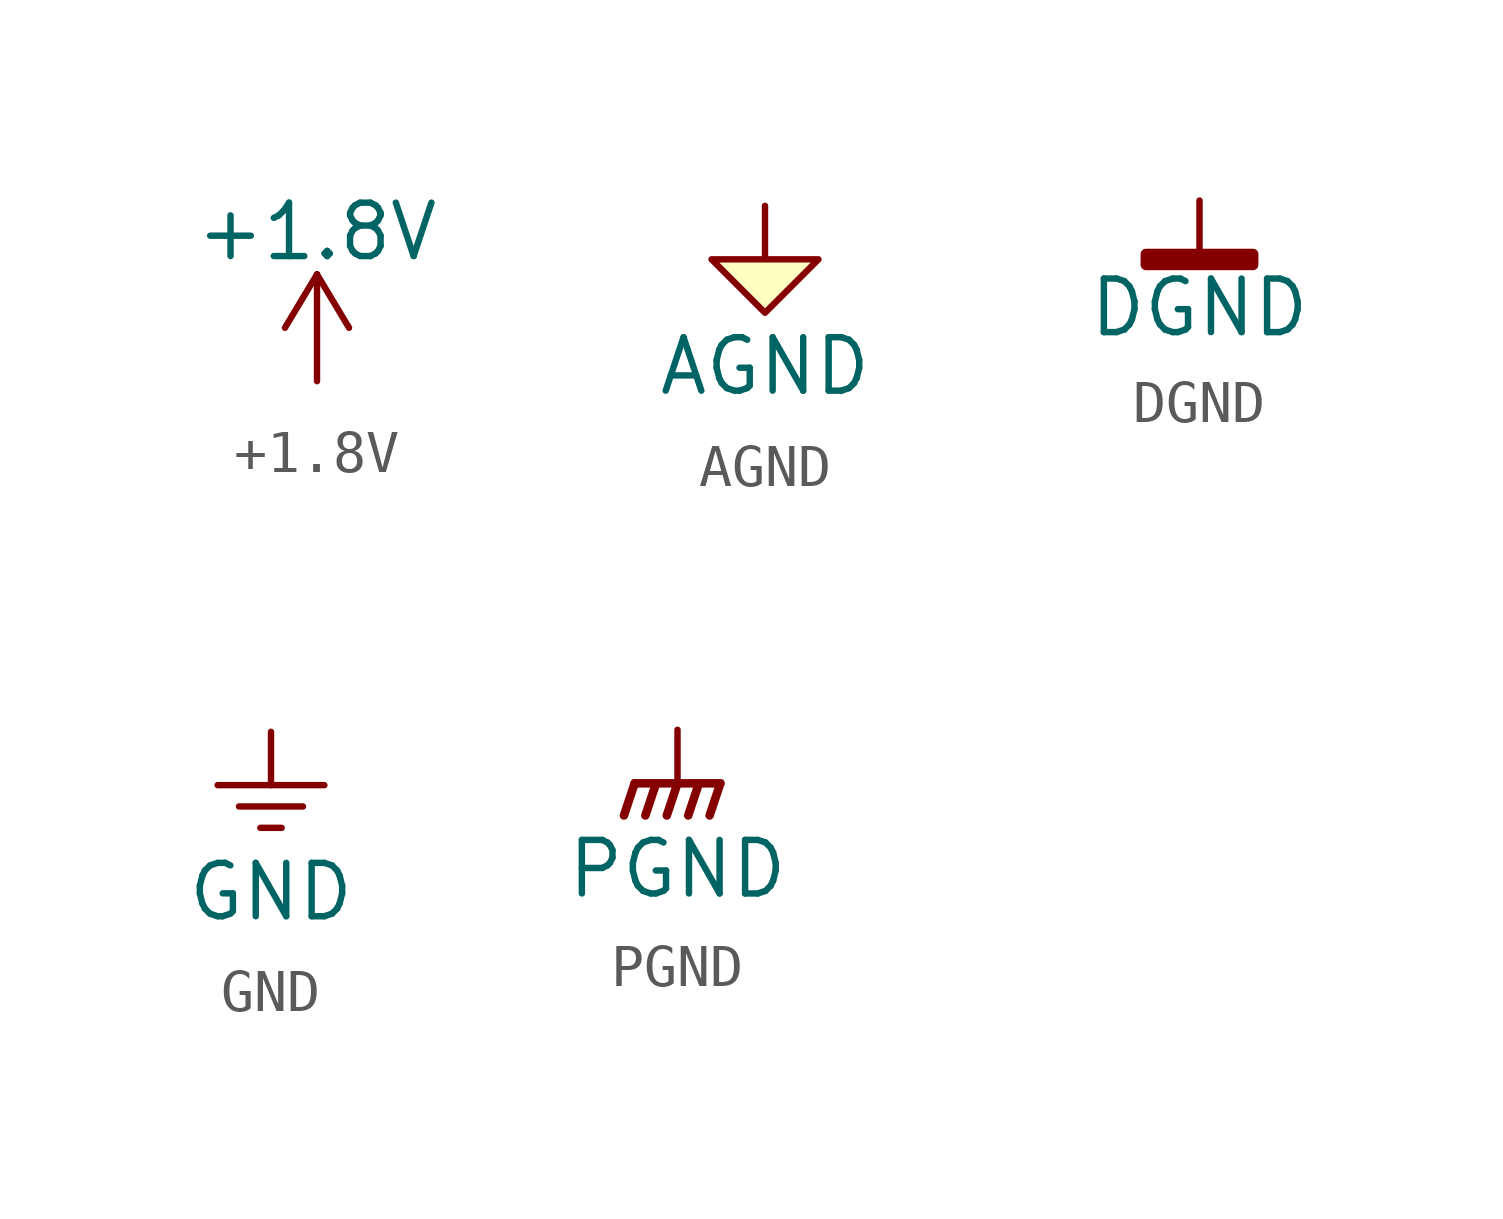
<source format=kicad_sym>
(kicad_symbol_lib
  (version 20220914)
  (generator kicad_symbol_editor)
  (symbol "+1.8V"
    (power)
    (pin_names
      (offset 0))
    (property "Reference" "#PWR"
      (at 0 -3.81 0)
      (effects (font (size 1.27 1.27)) hide))
    (property "Value" "+1.8V"
      (at 0 3.556 0)
      (effects (font (size 1.27 1.27))))
    (symbol "+1.8V_0_1"
      (polyline (pts (xy -0.762 1.27) (xy 0 2.54)) (stroke (width 0) (type default)) (fill (type none)))
      (polyline (pts (xy 0 0) (xy 0 2.54)) (stroke (width 0) (type default)) (fill (type none)))
      (polyline (pts (xy 0 2.54) (xy 0.762 1.27)) (stroke (width 0) (type default)) (fill (type none))))
    (symbol "+1.8V_1_1"
      (pin power_in line (at 0 0 90) (length 0) hide (name "+1.8V" (effects (font (size 1.27 1.27)))) (number "1" (effects (font (size 1.27 1.27)))))))
  (symbol "AGND"
    (power)
    (pin_names
      (offset 0))
    (property "Reference" "#PWR"
      (at 0 -6.35 0)
      (effects (font (size 1.27 1.27)) hide))
    (property "Value" "AGND"
      (at 0 -3.81 0)
      (effects (font (size 1.27 1.27))))
    (symbol "AGND_1_1"
      (polyline (pts (xy 0 0) (xy 0 -1.27) (xy 1.27 -1.27) (xy 0 -2.54) (xy -1.27 -1.27) (xy 0 -1.27)) (stroke (width 0) (type default)) (fill (type background)))
      (pin power_in line (at 0 0 270) (length 0) hide (name "AGND" (effects (font (size 1.27 1.27)))) (number "1" (effects (font (size 1.27 1.27)))))))
  (symbol "DGND"
    (power)
    (pin_names
      (offset 0))
    (property "Reference" "#PWR"
      (at 0 -6.35 0)
      (effects (font (size 1.27 1.27)) hide))
    (property "Value" "DGND"
      (at 0 -2.54 0)
      (effects (font (size 1.27 1.27))))
    (symbol "DGND_0_1"
      (rectangle (start -1.27 -1.524) (end 1.27 -1.27) (stroke (width 0.254) (type default)) (fill (type outline)))
      (polyline (pts (xy 0 0) (xy 0 -1.524)) (stroke (width 0) (type default)) (fill (type none))))
    (symbol "DGND_1_1"
      (pin power_in line (at 0 0 270) (length 0) hide (name "DGND" (effects (font (size 1.27 1.27)))) (number "1" (effects (font (size 1.27 1.27)))))))
  (symbol "GND"
    (power)
    (pin_names
      (offset 0))
    (property "Reference" "#PWR"
      (at 0 -6.35 0)
      (effects (font (size 1.27 1.27)) hide))
    (property "Value" "GND"
      (at 0 -3.81 0)
      (effects (font (size 1.27 1.27))))
    (symbol "GND_0_1"
      (polyline (pts (xy -0.762 -1.778) (xy 0.762 -1.778)) (stroke (width 0) (type default)) (fill (type none)))
      (polyline (pts (xy -0.254 -2.286) (xy 0.254 -2.286)) (stroke (width 0) (type default)) (fill (type none)))
      (polyline (pts (xy 0 -1.27) (xy 0 0)) (stroke (width 0) (type default)) (fill (type none)))
      (polyline (pts (xy 1.27 -1.27) (xy -1.27 -1.27)) (stroke (width 0) (type default)) (fill (type none))))
    (symbol "GND_1_1"
      (pin power_in line (at 0 0 270) (length 0) hide (name "GND" (effects (font (size 1.27 1.27)))) (number "1" (effects (font (size 1.27 1.27)))))))
  (symbol "PGND"
    (power)
    (pin_names
      (offset 0))
    (property "Reference" "#PWR"
      (at 0 -5.08 0)
      (effects (font (size 1.27 1.27)) hide))
    (property "Value" "PGND"
      (at 0 -3.302 0)
      (effects (font (size 1.27 1.27))))
    (symbol "PGND_0_1"
      (polyline (pts (xy 0 -1.27) (xy 0 0)) (stroke (width 0) (type default)) (fill (type none)))
      (polyline (pts (xy -1.016 -1.27) (xy -1.27 -2.032) (xy -1.27 -2.032)) (stroke (width 0.203) (type default)) (fill (type none)))
      (polyline (pts (xy -0.508 -1.27) (xy -0.762 -2.032) (xy -0.762 -2.032)) (stroke (width 0.203) (type default)) (fill (type none)))
      (polyline (pts (xy 0 -1.27) (xy -0.254 -2.032) (xy -0.254 -2.032)) (stroke (width 0.203) (type default)) (fill (type none)))
      (polyline (pts (xy 0.508 -1.27) (xy 0.254 -2.032) (xy 0.254 -2.032)) (stroke (width 0.203) (type default)) (fill (type none)))
      (polyline (pts (xy 1.016 -1.27) (xy -1.016 -1.27) (xy -1.016 -1.27)) (stroke (width 0.203) (type default)) (fill (type none)))
      (polyline (pts (xy 1.016 -1.27) (xy 0.762 -2.032) (xy 0.762 -2.032) (xy 0.762 -2.032)) (stroke (width 0.203) (type default)) (fill (type none))))
    (symbol "PGND_1_1"
      (pin power_in line (at 0 0 270) (length 0) hide (name "PGND" (effects (font (size 1.27 1.27)))) (number "1" (effects (font (size 1.27 1.27))))))))
</source>
